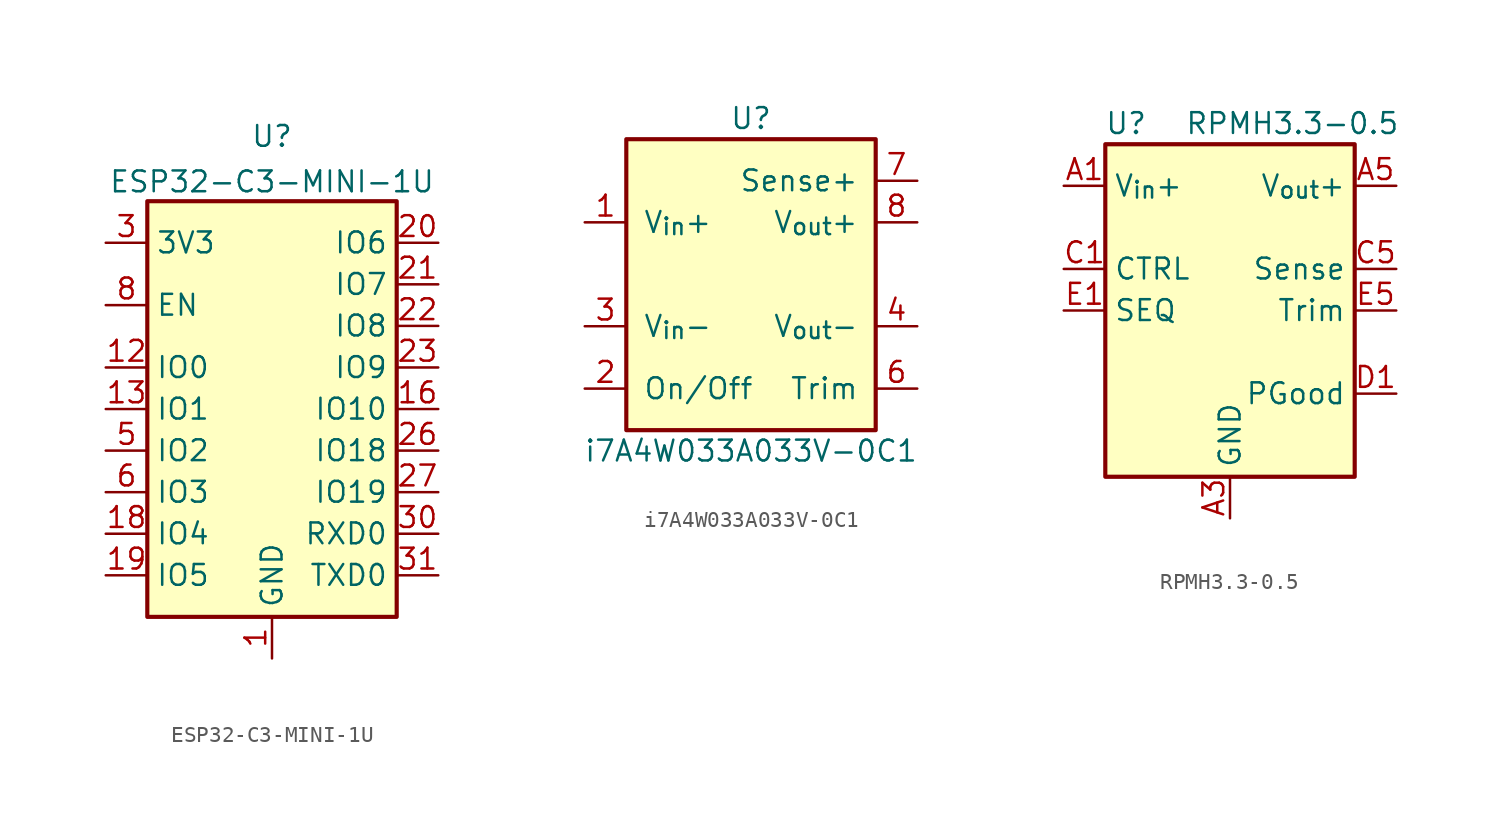
<source format=kicad_sym>
(kicad_symbol_lib
  (version 20211014)
  (generator kicad_symbol_editor)
  (symbol "ESP32-C3-MINI-1U"
    (property "Reference" "U"
      (at 0 15.396 0)
      (effects (font (size 1.27 1.27))))
    (property "Value" "ESP32-C3-MINI-1U"
      (at 0 12.621 0)
      (effects (font (size 1.27 1.27))))
    (symbol "ESP32-C3-MINI-1U_0_1"
      (rectangle (start -7.62 11.43) (end 7.62 -13.97) (stroke (width 0.254) (type default) (color 0 0 0 0)) (fill (type background))))
    (symbol "ESP32-C3-MINI-1U_1_1"
      (pin power_in line (at 0 -16.51 90) (length 2.54) (name "GND" (effects (font (size 1.27 1.27)))) (number "1" (effects (font (size 1.27 1.27)))))
      (pin no_connect line (at -0.635 0.635 270) (length 2.54) hide (name "NC" (effects (font (size 1.27 1.27)))) (number "10" (effects (font (size 1.27 1.27)))))
      (pin power_in line (at 0 -16.51 90) (length 2.54) hide (name "GND" (effects (font (size 1.27 1.27)))) (number "11" (effects (font (size 1.27 1.27)))))
      (pin bidirectional line (at -10.16 1.27 0) (length 2.54) (name "IO0" (effects (font (size 1.27 1.27)))) (number "12" (effects (font (size 1.27 1.27)))))
      (pin bidirectional line (at -10.16 -1.27 0) (length 2.54) (name "IO1" (effects (font (size 1.27 1.27)))) (number "13" (effects (font (size 1.27 1.27)))))
      (pin power_in line (at 0 -16.51 90) (length 2.54) hide (name "GND" (effects (font (size 1.27 1.27)))) (number "14" (effects (font (size 1.27 1.27)))))
      (pin no_connect line (at -0.635 0.635 270) (length 2.54) hide (name "NC" (effects (font (size 1.27 1.27)))) (number "15" (effects (font (size 1.27 1.27)))))
      (pin bidirectional line (at 10.16 -1.27 180) (length 2.54) (name "IO10" (effects (font (size 1.27 1.27)))) (number "16" (effects (font (size 1.27 1.27)))))
      (pin no_connect line (at -0.635 0.635 270) (length 2.54) hide (name "NC" (effects (font (size 1.27 1.27)))) (number "17" (effects (font (size 1.27 1.27)))))
      (pin bidirectional line (at -10.16 -8.89 0) (length 2.54) (name "IO4" (effects (font (size 1.27 1.27)))) (number "18" (effects (font (size 1.27 1.27)))))
      (pin bidirectional line (at -10.16 -11.43 0) (length 2.54) (name "IO5" (effects (font (size 1.27 1.27)))) (number "19" (effects (font (size 1.27 1.27)))))
      (pin power_in line (at 0 -16.51 90) (length 2.54) hide (name "GND" (effects (font (size 1.27 1.27)))) (number "2" (effects (font (size 1.27 1.27)))))
      (pin bidirectional line (at 10.16 8.89 180) (length 2.54) (name "IO6" (effects (font (size 1.27 1.27)))) (number "20" (effects (font (size 1.27 1.27)))))
      (pin bidirectional line (at 10.16 6.35 180) (length 2.54) (name "IO7" (effects (font (size 1.27 1.27)))) (number "21" (effects (font (size 1.27 1.27)))))
      (pin bidirectional line (at 10.16 3.81 180) (length 2.54) (name "IO8" (effects (font (size 1.27 1.27)))) (number "22" (effects (font (size 1.27 1.27)))))
      (pin bidirectional line (at 10.16 1.27 180) (length 2.54) (name "IO9" (effects (font (size 1.27 1.27)))) (number "23" (effects (font (size 1.27 1.27)))))
      (pin no_connect line (at -0.635 0.635 270) (length 2.54) hide (name "NC" (effects (font (size 1.27 1.27)))) (number "24" (effects (font (size 1.27 1.27)))))
      (pin no_connect line (at -0.635 0.635 270) (length 2.54) hide (name "NC" (effects (font (size 1.27 1.27)))) (number "25" (effects (font (size 1.27 1.27)))))
      (pin bidirectional line (at 10.16 -3.81 180) (length 2.54) (name "IO18" (effects (font (size 1.27 1.27)))) (number "26" (effects (font (size 1.27 1.27)))))
      (pin bidirectional line (at 10.16 -6.35 180) (length 2.54) (name "IO19" (effects (font (size 1.27 1.27)))) (number "27" (effects (font (size 1.27 1.27)))))
      (pin no_connect line (at -0.635 0.635 270) (length 2.54) hide (name "NC" (effects (font (size 1.27 1.27)))) (number "28" (effects (font (size 1.27 1.27)))))
      (pin no_connect line (at -0.635 0.635 270) (length 2.54) hide (name "NC" (effects (font (size 1.27 1.27)))) (number "29" (effects (font (size 1.27 1.27)))))
      (pin power_in line (at -10.16 8.89 0) (length 2.54) (name "3V3" (effects (font (size 1.27 1.27)))) (number "3" (effects (font (size 1.27 1.27)))))
      (pin bidirectional line (at 10.16 -8.89 180) (length 2.54) (name "RXD0" (effects (font (size 1.27 1.27)))) (number "30" (effects (font (size 1.27 1.27)))))
      (pin bidirectional line (at 10.16 -11.43 180) (length 2.54) (name "TXD0" (effects (font (size 1.27 1.27)))) (number "31" (effects (font (size 1.27 1.27)))))
      (pin no_connect line (at -0.635 0.635 270) (length 2.54) hide (name "NC" (effects (font (size 1.27 1.27)))) (number "32" (effects (font (size 1.27 1.27)))))
      (pin no_connect line (at -0.635 0.635 270) (length 2.54) hide (name "NC" (effects (font (size 1.27 1.27)))) (number "33" (effects (font (size 1.27 1.27)))))
      (pin no_connect line (at -0.635 0.635 270) (length 2.54) hide (name "NC" (effects (font (size 1.27 1.27)))) (number "34" (effects (font (size 1.27 1.27)))))
      (pin no_connect line (at -0.635 0.635 270) (length 2.54) hide (name "NC" (effects (font (size 1.27 1.27)))) (number "35" (effects (font (size 1.27 1.27)))))
      (pin power_in line (at 0 -16.51 90) (length 2.54) hide (name "GND" (effects (font (size 1.27 1.27)))) (number "36" (effects (font (size 1.27 1.27)))))
      (pin power_in line (at 0 -16.51 90) (length 2.54) hide (name "GND" (effects (font (size 1.27 1.27)))) (number "37" (effects (font (size 1.27 1.27)))))
      (pin power_in line (at 0 -16.51 90) (length 2.54) hide (name "GND" (effects (font (size 1.27 1.27)))) (number "38" (effects (font (size 1.27 1.27)))))
      (pin power_in line (at 0 -16.51 90) (length 2.54) hide (name "GND" (effects (font (size 1.27 1.27)))) (number "39" (effects (font (size 1.27 1.27)))))
      (pin no_connect line (at -0.635 0.635 270) (length 2.54) hide (name "NC" (effects (font (size 1.27 1.27)))) (number "4" (effects (font (size 1.27 1.27)))))
      (pin power_in line (at 0 -16.51 90) (length 2.54) hide (name "GND" (effects (font (size 1.27 1.27)))) (number "40" (effects (font (size 1.27 1.27)))))
      (pin power_in line (at 0 -16.51 90) (length 2.54) hide (name "GND" (effects (font (size 1.27 1.27)))) (number "41" (effects (font (size 1.27 1.27)))))
      (pin power_in line (at 0 -16.51 90) (length 2.54) hide (name "GND" (effects (font (size 1.27 1.27)))) (number "42" (effects (font (size 1.27 1.27)))))
      (pin power_in line (at 0 -16.51 90) (length 2.54) hide (name "GND" (effects (font (size 1.27 1.27)))) (number "43" (effects (font (size 1.27 1.27)))))
      (pin power_in line (at 0 -16.51 90) (length 2.54) hide (name "GND" (effects (font (size 1.27 1.27)))) (number "44" (effects (font (size 1.27 1.27)))))
      (pin power_in line (at 0 -16.51 90) (length 2.54) hide (name "GND" (effects (font (size 1.27 1.27)))) (number "45" (effects (font (size 1.27 1.27)))))
      (pin power_in line (at 0 -16.51 90) (length 2.54) hide (name "GND" (effects (font (size 1.27 1.27)))) (number "46" (effects (font (size 1.27 1.27)))))
      (pin power_in line (at 0 -16.51 90) (length 2.54) hide (name "GND" (effects (font (size 1.27 1.27)))) (number "47" (effects (font (size 1.27 1.27)))))
      (pin power_in line (at 0 -16.51 90) (length 2.54) hide (name "GND" (effects (font (size 1.27 1.27)))) (number "48" (effects (font (size 1.27 1.27)))))
      (pin power_in line (at 0 -16.51 90) (length 2.54) hide (name "GND" (effects (font (size 1.27 1.27)))) (number "49" (effects (font (size 1.27 1.27)))))
      (pin bidirectional line (at -10.16 -3.81 0) (length 2.54) (name "IO2" (effects (font (size 1.27 1.27)))) (number "5" (effects (font (size 1.27 1.27)))))
      (pin power_in line (at 0 -16.51 90) (length 2.54) hide (name "GND" (effects (font (size 1.27 1.27)))) (number "50" (effects (font (size 1.27 1.27)))))
      (pin power_in line (at 0 -16.51 90) (length 2.54) hide (name "GND" (effects (font (size 1.27 1.27)))) (number "51" (effects (font (size 1.27 1.27)))))
      (pin power_in line (at 0 -16.51 90) (length 2.54) hide (name "GND" (effects (font (size 1.27 1.27)))) (number "52" (effects (font (size 1.27 1.27)))))
      (pin power_in line (at 0 -16.51 90) (length 2.54) hide (name "GND" (effects (font (size 1.27 1.27)))) (number "53" (effects (font (size 1.27 1.27)))))
      (pin bidirectional line (at -10.16 -6.35 0) (length 2.54) (name "IO3" (effects (font (size 1.27 1.27)))) (number "6" (effects (font (size 1.27 1.27)))))
      (pin no_connect line (at -0.635 0.635 270) (length 2.54) hide (name "NC" (effects (font (size 1.27 1.27)))) (number "7" (effects (font (size 1.27 1.27)))))
      (pin input line (at -10.16 5.08 0) (length 2.54) (name "EN" (effects (font (size 1.27 1.27)))) (number "8" (effects (font (size 1.27 1.27)))))
      (pin no_connect line (at -0.635 0.635 270) (length 2.54) hide (name "NC" (effects (font (size 1.27 1.27)))) (number "9" (effects (font (size 1.27 1.27)))))))
  (symbol "i7A4W033A033V-0C1"
    (pin_names
      (offset 1.016))
    (property "Reference" "U"
      (at 0 10.16 0)
      (effects (font (size 1.27 1.27))))
    (property "Value" "i7A4W033A033V-0C1"
      (at 0 -10.16 0)
      (effects (font (size 1.27 1.27))))
    (symbol "i7A4W033A033V-0C1_0_1"
      (rectangle (start -7.62 8.89) (end 7.62 -8.89) (stroke (width 0.254) (type default) (color 0 0 0 0)) (fill (type background))))
    (symbol "i7A4W033A033V-0C1_1_1"
      (pin power_in line (at -10.16 3.81 0) (length 2.54) (name "V_{in}+" (effects (font (size 1.27 1.27)))) (number "1" (effects (font (size 1.27 1.27)))))
      (pin input line (at -10.16 -6.35 0) (length 2.54) (name "On / Off" (effects (font (size 1.27 1.27)))) (number "2" (effects (font (size 1.27 1.27)))))
      (pin power_in line (at -10.16 -2.54 0) (length 2.54) (name "V_{in}-" (effects (font (size 1.27 1.27)))) (number "3" (effects (font (size 1.27 1.27)))))
      (pin power_out line (at 10.16 -2.54 180) (length 2.54) (name "V_{out}-" (effects (font (size 1.27 1.27)))) (number "4" (effects (font (size 1.27 1.27)))))
      (pin input line (at 10.16 -6.35 180) (length 2.54) (name "Trim" (effects (font (size 1.27 1.27)))) (number "6" (effects (font (size 1.27 1.27)))))
      (pin input line (at 10.16 6.35 180) (length 2.54) (name "Sense +" (effects (font (size 1.27 1.27)))) (number "7" (effects (font (size 1.27 1.27)))))
      (pin power_out line (at 10.16 3.81 180) (length 2.54) (name "V_{out}+" (effects (font (size 1.27 1.27)))) (number "8" (effects (font (size 1.27 1.27)))))))
  (symbol "RPMH3.3-0.5"
    (property "Reference" "U"
      (at -6.35 11.43 0)
      (effects (font (size 1.27 1.27))))
    (property "Value" "RPMH3.3-0.5"
      (at 3.81 11.43 0)
      (effects (font (size 1.27 1.27))))
    (symbol "RPMH3.3-0.5_0_1"
      (rectangle (start -7.62 10.16) (end 7.62 -10.16) (stroke (width 0.254) (type default) (color 0 0 0 0)) (fill (type background))))
    (symbol "RPMH3.3-0.5_1_1"
      (pin power_in line (at -10.16 7.62 0) (length 2.54) (name "V_{in}+" (effects (font (size 1.27 1.27)))) (number "A1" (effects (font (size 1.27 1.27)))))
      (pin passive line (at -10.16 7.62 0) (length 2.54) hide (name "V_{in}+" (effects (font (size 1.27 1.27)))) (number "A2" (effects (font (size 1.27 1.27)))))
      (pin power_in line (at 0 -12.7 90) (length 2.54) (name "GND" (effects (font (size 1.27 1.27)))) (number "A3" (effects (font (size 1.27 1.27)))))
      (pin passive line (at 0 -12.7 90) (length 2.54) hide (name "GND" (effects (font (size 1.27 1.27)))) (number "A4" (effects (font (size 1.27 1.27)))))
      (pin power_out line (at 10.16 7.62 180) (length 2.54) (name "V_{out}+" (effects (font (size 1.27 1.27)))) (number "A5" (effects (font (size 1.27 1.27)))))
      (pin passive line (at 0 -12.7 90) (length 2.54) hide (name "GND" (effects (font (size 1.27 1.27)))) (number "B1" (effects (font (size 1.27 1.27)))))
      (pin passive line (at 0 -12.7 90) (length 2.54) hide (name "GND" (effects (font (size 1.27 1.27)))) (number "B2" (effects (font (size 1.27 1.27)))))
      (pin passive line (at 0 -12.7 90) (length 2.54) hide (name "GND" (effects (font (size 1.27 1.27)))) (number "B3" (effects (font (size 1.27 1.27)))))
      (pin passive line (at 0 -12.7 90) (length 2.54) hide (name "GND" (effects (font (size 1.27 1.27)))) (number "B4" (effects (font (size 1.27 1.27)))))
      (pin passive line (at 10.16 7.62 180) (length 2.54) hide (name "V_{out}+" (effects (font (size 1.27 1.27)))) (number "B5" (effects (font (size 1.27 1.27)))))
      (pin input line (at -10.16 2.54 0) (length 2.54) (name "CTRL" (effects (font (size 1.27 1.27)))) (number "C1" (effects (font (size 1.27 1.27)))))
      (pin passive line (at 0 -12.7 90) (length 2.54) hide (name "GND" (effects (font (size 1.27 1.27)))) (number "C2" (effects (font (size 1.27 1.27)))))
      (pin passive line (at 0 -12.7 90) (length 2.54) hide (name "GND" (effects (font (size 1.27 1.27)))) (number "C3" (effects (font (size 1.27 1.27)))))
      (pin passive line (at 0 -12.7 90) (length 2.54) hide (name "GND" (effects (font (size 1.27 1.27)))) (number "C4" (effects (font (size 1.27 1.27)))))
      (pin input line (at 10.16 2.54 180) (length 2.54) (name "Sense" (effects (font (size 1.27 1.27)))) (number "C5" (effects (font (size 1.27 1.27)))))
      (pin output line (at 10.16 -5.08 180) (length 2.54) (name "PGood" (effects (font (size 1.27 1.27)))) (number "D1" (effects (font (size 1.27 1.27)))))
      (pin passive line (at 0 -12.7 90) (length 2.54) hide (name "GND" (effects (font (size 1.27 1.27)))) (number "D2" (effects (font (size 1.27 1.27)))))
      (pin passive line (at 0 -12.7 90) (length 2.54) hide (name "GND" (effects (font (size 1.27 1.27)))) (number "D3" (effects (font (size 1.27 1.27)))))
      (pin passive line (at 0 -12.7 90) (length 2.54) hide (name "GND" (effects (font (size 1.27 1.27)))) (number "D4" (effects (font (size 1.27 1.27)))))
      (pin passive line (at 0 -12.7 90) (length 2.54) hide (name "GND" (effects (font (size 1.27 1.27)))) (number "D5" (effects (font (size 1.27 1.27)))))
      (pin passive line (at -10.16 0 0) (length 2.54) (name "SEQ" (effects (font (size 1.27 1.27)))) (number "E1" (effects (font (size 1.27 1.27)))))
      (pin no_connect line (at -7.62 -5.08 0) (length 2.54) hide (name "NC" (effects (font (size 1.27 1.27)))) (number "E2" (effects (font (size 1.27 1.27)))))
      (pin passive line (at 0 -12.7 90) (length 2.54) hide (name "GND" (effects (font (size 1.27 1.27)))) (number "E3" (effects (font (size 1.27 1.27)))))
      (pin passive line (at 0 -12.7 90) (length 2.54) hide (name "GND" (effects (font (size 1.27 1.27)))) (number "E4" (effects (font (size 1.27 1.27)))))
      (pin input line (at 10.16 0 180) (length 2.54) (name "Trim" (effects (font (size 1.27 1.27)))) (number "E5" (effects (font (size 1.27 1.27))))))))
</source>
